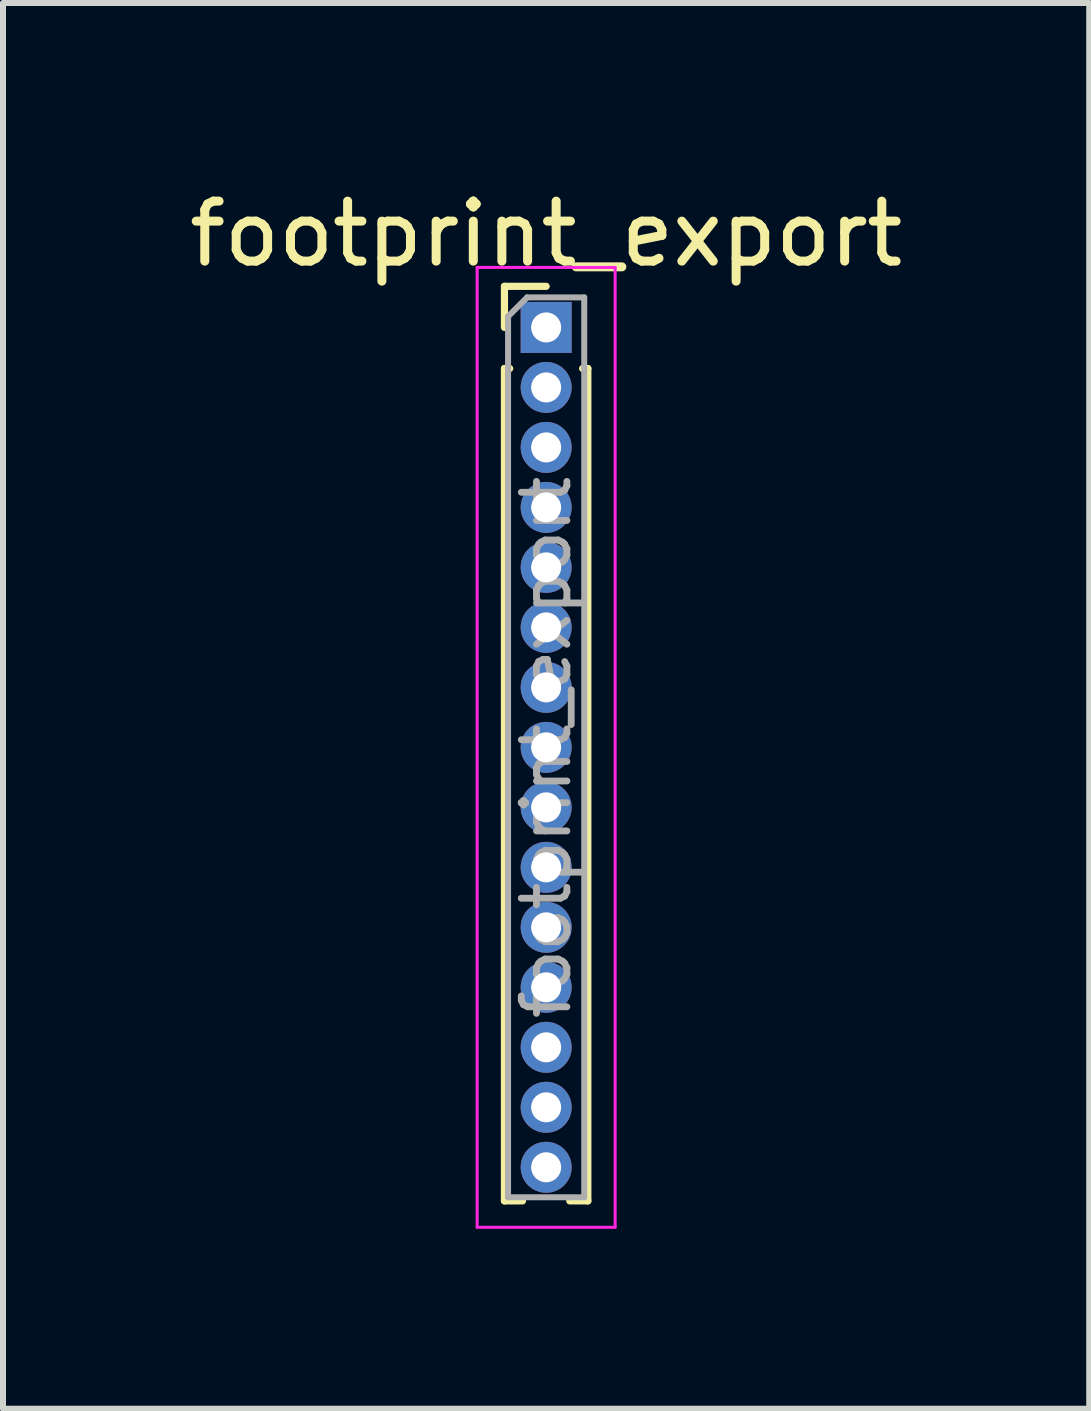
<source format=kicad_pcb>
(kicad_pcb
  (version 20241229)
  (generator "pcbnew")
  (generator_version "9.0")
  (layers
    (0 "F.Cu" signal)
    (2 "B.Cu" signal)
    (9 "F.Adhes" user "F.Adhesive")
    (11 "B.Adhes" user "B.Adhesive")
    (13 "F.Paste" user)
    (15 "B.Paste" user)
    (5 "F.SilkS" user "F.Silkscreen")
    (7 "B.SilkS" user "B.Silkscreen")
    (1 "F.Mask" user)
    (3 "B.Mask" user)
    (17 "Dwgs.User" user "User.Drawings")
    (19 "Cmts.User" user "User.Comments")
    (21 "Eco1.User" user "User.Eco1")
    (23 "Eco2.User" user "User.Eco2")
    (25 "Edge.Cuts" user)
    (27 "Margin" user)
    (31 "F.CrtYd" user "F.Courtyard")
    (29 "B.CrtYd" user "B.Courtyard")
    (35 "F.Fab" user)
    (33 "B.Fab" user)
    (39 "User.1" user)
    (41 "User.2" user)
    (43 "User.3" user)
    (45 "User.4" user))
  (footprint "footprint_export"
    (layer "F.Cu")
    (at 6.054 2.408)
    (property "Reference" "footprint_export" (at 0 -1.56 0) (layer "F.SilkS") (effects (font (size 1 1) (thickness 0.15))))
    (attr through_hole)
    (fp_line (start -0.695 -0.685) (end 0 -0.685) (stroke (width 0.12) (type solid)) (layer "F.SilkS"))
    (fp_line (start -0.695 0) (end -0.695 -0.685) (stroke (width 0.12) (type solid)) (layer "F.SilkS"))
    (fp_line (start -0.695 0.685) (end -0.695 14.56) (stroke (width 0.12) (type solid)) (layer "F.SilkS"))
    (fp_line (start -0.695 0.685) (end -0.608 0.685) (stroke (width 0.12) (type solid)) (layer "F.SilkS"))
    (fp_line (start -0.695 14.56) (end -0.394 14.56) (stroke (width 0.12) (type solid)) (layer "F.SilkS"))
    (fp_line (start 0.394 14.56) (end 0.695 14.56) (stroke (width 0.12) (type solid)) (layer "F.SilkS"))
    (fp_line (start 0.608 0.685) (end 0.695 0.685) (stroke (width 0.12) (type solid)) (layer "F.SilkS"))
    (fp_line (start 0.695 0.685) (end 0.695 14.56) (stroke (width 0.12) (type solid)) (layer "F.SilkS"))
    (fp_line (start -1.15 -1) (end -1.15 15) (stroke (width 0.05) (type solid)) (layer "F.CrtYd"))
    (fp_line (start -1.15 15) (end 1.15 15) (stroke (width 0.05) (type solid)) (layer "F.CrtYd"))
    (fp_line (start 1.15 -1) (end -1.15 -1) (stroke (width 0.05) (type solid)) (layer "F.CrtYd"))
    (fp_line (start 1.15 15) (end 1.15 -1) (stroke (width 0.05) (type solid)) (layer "F.CrtYd"))
    (fp_line (start -0.635 -0.182) (end -0.318 -0.5) (stroke (width 0.1) (type solid)) (layer "F.Fab"))
    (fp_line (start -0.635 14.5) (end -0.635 -0.182) (stroke (width 0.1) (type solid)) (layer "F.Fab"))
    (fp_line (start -0.318 -0.5) (end 0.635 -0.5) (stroke (width 0.1) (type solid)) (layer "F.Fab"))
    (fp_line (start 0.635 -0.5) (end 0.635 14.5) (stroke (width 0.1) (type solid)) (layer "F.Fab"))
    (fp_line (start 0.635 14.5) (end -0.635 14.5) (stroke (width 0.1) (type solid)) (layer "F.Fab"))
    (fp_text user "${REFERENCE}" (at 0 7 90) (layer "F.Fab") (effects (font (size 0.76 0.76) (thickness 0.114))))
    (pad "1" thru_hole rect (at 0 0) (size 0.85 0.85) (drill 0.5) (layers "*.Cu" "*.Mask"))
    (pad "2" thru_hole oval (at 0 1) (size 0.85 0.85) (drill 0.5) (layers "*.Cu" "*.Mask"))
    (pad "3" thru_hole oval (at 0 2) (size 0.85 0.85) (drill 0.5) (layers "*.Cu" "*.Mask"))
    (pad "4" thru_hole oval (at 0 3) (size 0.85 0.85) (drill 0.5) (layers "*.Cu" "*.Mask"))
    (pad "5" thru_hole oval (at 0 4) (size 0.85 0.85) (drill 0.5) (layers "*.Cu" "*.Mask"))
    (pad "6" thru_hole oval (at 0 5) (size 0.85 0.85) (drill 0.5) (layers "*.Cu" "*.Mask"))
    (pad "7" thru_hole oval (at 0 6) (size 0.85 0.85) (drill 0.5) (layers "*.Cu" "*.Mask"))
    (pad "8" thru_hole oval (at 0 7) (size 0.85 0.85) (drill 0.5) (layers "*.Cu" "*.Mask"))
    (pad "9" thru_hole oval (at 0 8) (size 0.85 0.85) (drill 0.5) (layers "*.Cu" "*.Mask"))
    (pad "10" thru_hole oval (at 0 9) (size 0.85 0.85) (drill 0.5) (layers "*.Cu" "*.Mask"))
    (pad "11" thru_hole oval (at 0 10) (size 0.85 0.85) (drill 0.5) (layers "*.Cu" "*.Mask"))
    (pad "12" thru_hole oval (at 0 11) (size 0.85 0.85) (drill 0.5) (layers "*.Cu" "*.Mask"))
    (pad "13" thru_hole oval (at 0 12) (size 0.85 0.85) (drill 0.5) (layers "*.Cu" "*.Mask"))
    (pad "14" thru_hole oval (at 0 13) (size 0.85 0.85) (drill 0.5) (layers "*.Cu" "*.Mask"))
    (pad "15" thru_hole oval (at 0 14) (size 0.85 0.85) (drill 0.5) (layers "*.Cu" "*.Mask")))
  (gr_rect
    (start -3 -3)
    (end 15.107 20.433)
    (stroke (width 0.1) (type default))
    (fill no)
    (layer "Edge.Cuts")))
</source>
